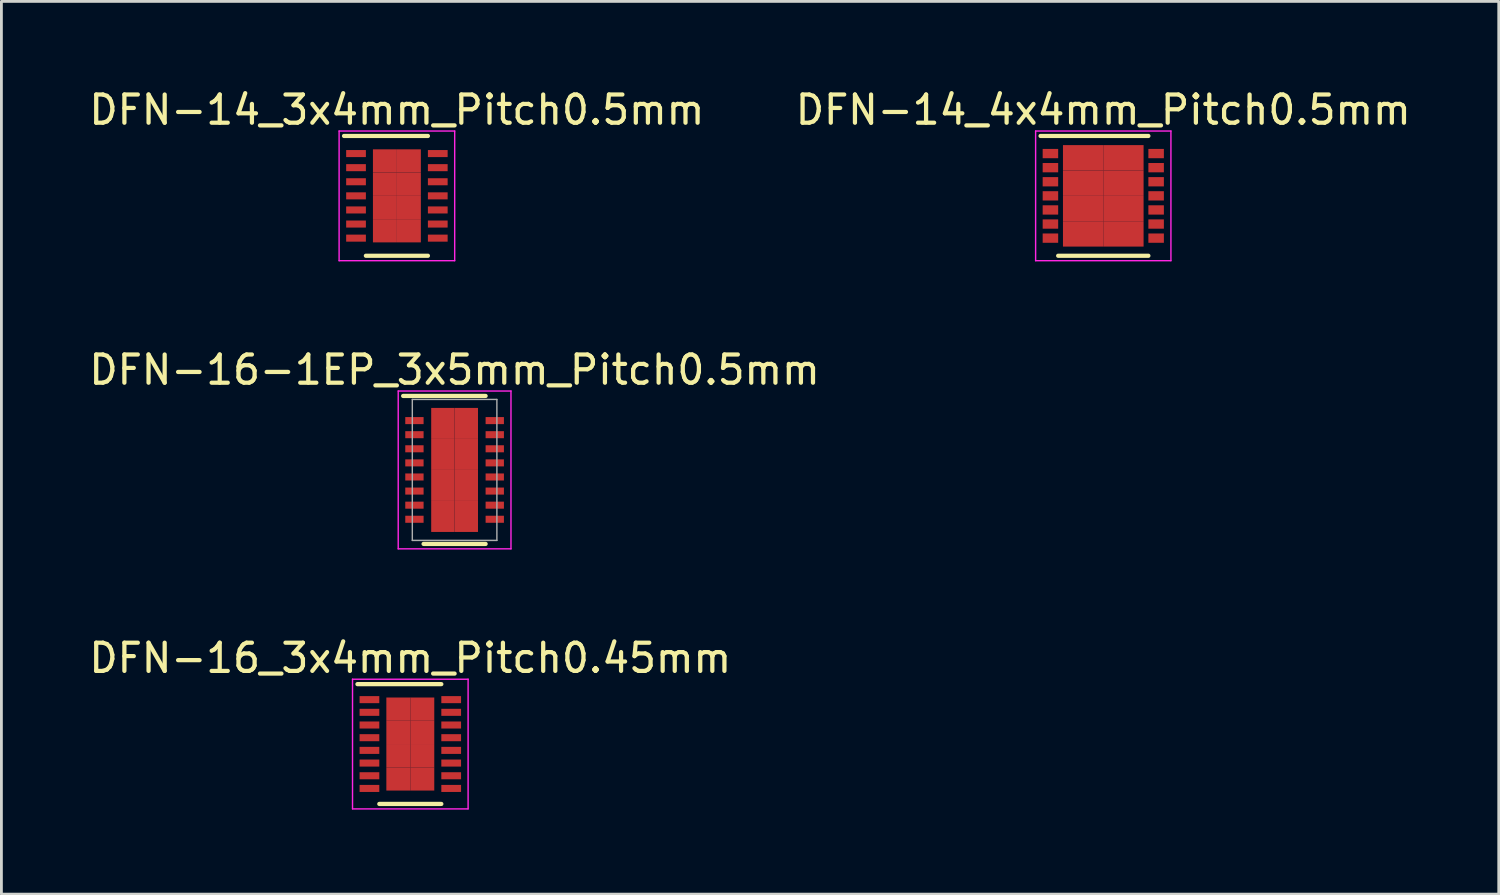
<source format=kicad_pcb>
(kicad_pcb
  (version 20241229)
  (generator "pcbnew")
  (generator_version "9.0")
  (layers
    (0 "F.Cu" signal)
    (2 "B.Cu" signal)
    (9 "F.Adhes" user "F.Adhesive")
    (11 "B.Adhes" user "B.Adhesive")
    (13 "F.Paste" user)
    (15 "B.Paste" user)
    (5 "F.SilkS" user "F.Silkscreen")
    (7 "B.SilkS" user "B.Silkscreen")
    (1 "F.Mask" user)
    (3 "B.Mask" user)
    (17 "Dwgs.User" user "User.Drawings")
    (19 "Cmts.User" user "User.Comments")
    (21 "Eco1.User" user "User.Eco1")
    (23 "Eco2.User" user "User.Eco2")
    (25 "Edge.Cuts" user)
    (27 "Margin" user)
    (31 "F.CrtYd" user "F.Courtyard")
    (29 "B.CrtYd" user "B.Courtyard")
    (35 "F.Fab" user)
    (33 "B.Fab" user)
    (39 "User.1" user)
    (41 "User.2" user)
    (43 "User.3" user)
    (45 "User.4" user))
  (footprint "DFN-16-1EP_3x5mm_Pitch0.5mm"
    (layer "F.Cu")
    (at 13.077 13.621)
    (property "Reference" "DFN-16-1EP_3x5mm_Pitch0.5mm" (at 0 -3.55 0) (layer "F.SilkS") (effects (font (size 1 1) (thickness 0.15))))
    (attr smd)
    (fp_line (start -1.825 -2.625) (end 1.1 -2.625) (stroke (width 0.15) (type solid)) (layer "F.SilkS"))
    (fp_line (start -1.1 2.625) (end 1.1 2.625) (stroke (width 0.15) (type solid)) (layer "F.SilkS"))
    (fp_line (start -2 -2.8) (end -2 2.8) (stroke (width 0.05) (type solid)) (layer "F.CrtYd"))
    (fp_line (start -2 -2.8) (end 2 -2.8) (stroke (width 0.05) (type solid)) (layer "F.CrtYd"))
    (fp_line (start -2 2.8) (end 2 2.8) (stroke (width 0.05) (type solid)) (layer "F.CrtYd"))
    (fp_line (start 2 -2.8) (end 2 2.8) (stroke (width 0.05) (type solid)) (layer "F.CrtYd"))
    (fp_line (start -1.5 -2.5) (end 1.5 -2.5) (stroke (width 0.05) (type solid)) (layer "F.Fab"))
    (fp_line (start -1.5 2.5) (end -1.5 -2.5) (stroke (width 0.05) (type solid)) (layer "F.Fab"))
    (fp_line (start 1.5 -2.5) (end 1.5 2.5) (stroke (width 0.05) (type solid)) (layer "F.Fab"))
    (fp_line (start 1.5 2.5) (end -1.5 2.5) (stroke (width 0.05) (type solid)) (layer "F.Fab"))
    (pad "1" smd rect (at -1.425 -1.75) (size 0.65 0.25) (layers "F.Cu" "F.Mask" "F.Paste"))
    (pad "2" smd rect (at -1.425 -1.25) (size 0.65 0.25) (layers "F.Cu" "F.Mask" "F.Paste"))
    (pad "3" smd rect (at -1.425 -0.75) (size 0.65 0.25) (layers "F.Cu" "F.Mask" "F.Paste"))
    (pad "4" smd rect (at -1.425 -0.25) (size 0.65 0.25) (layers "F.Cu" "F.Mask" "F.Paste"))
    (pad "5" smd rect (at -1.425 0.25) (size 0.65 0.25) (layers "F.Cu" "F.Mask" "F.Paste"))
    (pad "6" smd rect (at -1.425 0.75) (size 0.65 0.25) (layers "F.Cu" "F.Mask" "F.Paste"))
    (pad "7" smd rect (at -1.425 1.25) (size 0.65 0.25) (layers "F.Cu" "F.Mask" "F.Paste"))
    (pad "8" smd rect (at -1.425 1.75) (size 0.65 0.25) (layers "F.Cu" "F.Mask" "F.Paste"))
    (pad "9" smd rect (at 1.425 1.75) (size 0.65 0.25) (layers "F.Cu" "F.Mask" "F.Paste"))
    (pad "10" smd rect (at 1.425 1.25) (size 0.65 0.25) (layers "F.Cu" "F.Mask" "F.Paste"))
    (pad "11" smd rect (at 1.425 0.75) (size 0.65 0.25) (layers "F.Cu" "F.Mask" "F.Paste"))
    (pad "12" smd rect (at 1.425 0.25) (size 0.65 0.25) (layers "F.Cu" "F.Mask" "F.Paste"))
    (pad "13" smd rect (at 1.425 -0.25) (size 0.65 0.25) (layers "F.Cu" "F.Mask" "F.Paste"))
    (pad "14" smd rect (at 1.425 -0.75) (size 0.65 0.25) (layers "F.Cu" "F.Mask" "F.Paste"))
    (pad "15" smd rect (at 1.425 -1.25) (size 0.65 0.25) (layers "F.Cu" "F.Mask" "F.Paste"))
    (pad "16" smd rect (at 1.425 -1.75) (size 0.65 0.25) (layers "F.Cu" "F.Mask" "F.Paste"))
    (pad "17" smd rect (at -0.415 -1.65) (size 0.83 1.1) (layers "F.Cu" "F.Mask" "F.Paste"))
    (pad "17" smd rect (at -0.415 -0.55) (size 0.83 1.1) (layers "F.Cu" "F.Mask" "F.Paste"))
    (pad "17" smd rect (at -0.415 0.55) (size 0.83 1.1) (layers "F.Cu" "F.Mask" "F.Paste"))
    (pad "17" smd rect (at -0.415 1.65) (size 0.83 1.1) (layers "F.Cu" "F.Mask" "F.Paste"))
    (pad "17" smd rect (at 0.415 -1.65) (size 0.83 1.1) (layers "F.Cu" "F.Mask" "F.Paste"))
    (pad "17" smd rect (at 0.415 -0.55) (size 0.83 1.1) (layers "F.Cu" "F.Mask" "F.Paste"))
    (pad "17" smd rect (at 0.415 0.55) (size 0.83 1.1) (layers "F.Cu" "F.Mask" "F.Paste"))
    (pad "17" smd rect (at 0.415 1.65) (size 0.83 1.1) (layers "F.Cu" "F.Mask" "F.Paste")))
  (footprint "DFN-14_3x4mm_Pitch0.5mm"
    (layer "F.Cu")
    (at 11.03 3.898)
    (property "Reference" "DFN-14_3x4mm_Pitch0.5mm" (at 0 -3.05 0) (layer "F.SilkS") (effects (font (size 1 1) (thickness 0.15))))
    (attr smd)
    (fp_line (start -1.875 -2.125) (end 1.1 -2.125) (stroke (width 0.15) (type solid)) (layer "F.SilkS"))
    (fp_line (start -1.1 2.125) (end 1.1 2.125) (stroke (width 0.15) (type solid)) (layer "F.SilkS"))
    (fp_line (start -2.05 -2.3) (end -2.05 2.3) (stroke (width 0.05) (type solid)) (layer "F.CrtYd"))
    (fp_line (start -2.05 -2.3) (end 2.05 -2.3) (stroke (width 0.05) (type solid)) (layer "F.CrtYd"))
    (fp_line (start -2.05 2.3) (end 2.05 2.3) (stroke (width 0.05) (type solid)) (layer "F.CrtYd"))
    (fp_line (start 2.05 -2.3) (end 2.05 2.3) (stroke (width 0.05) (type solid)) (layer "F.CrtYd"))
    (pad "1" smd rect (at -1.45 -1.5) (size 0.7 0.25) (layers "F.Cu" "F.Mask" "F.Paste"))
    (pad "2" smd rect (at -1.45 -1) (size 0.7 0.25) (layers "F.Cu" "F.Mask" "F.Paste"))
    (pad "3" smd rect (at -1.45 -0.5) (size 0.7 0.25) (layers "F.Cu" "F.Mask" "F.Paste"))
    (pad "4" smd rect (at -1.45 0) (size 0.7 0.25) (layers "F.Cu" "F.Mask" "F.Paste"))
    (pad "5" smd rect (at -1.45 0.5) (size 0.7 0.25) (layers "F.Cu" "F.Mask" "F.Paste"))
    (pad "6" smd rect (at -1.45 1) (size 0.7 0.25) (layers "F.Cu" "F.Mask" "F.Paste"))
    (pad "7" smd rect (at -1.45 1.5) (size 0.7 0.25) (layers "F.Cu" "F.Mask" "F.Paste"))
    (pad "8" smd rect (at 1.45 1.5) (size 0.7 0.25) (layers "F.Cu" "F.Mask" "F.Paste"))
    (pad "9" smd rect (at 1.45 1) (size 0.7 0.25) (layers "F.Cu" "F.Mask" "F.Paste"))
    (pad "10" smd rect (at 1.45 0.5) (size 0.7 0.25) (layers "F.Cu" "F.Mask" "F.Paste"))
    (pad "11" smd rect (at 1.45 0) (size 0.7 0.25) (layers "F.Cu" "F.Mask" "F.Paste"))
    (pad "12" smd rect (at 1.45 -0.5) (size 0.7 0.25) (layers "F.Cu" "F.Mask" "F.Paste"))
    (pad "13" smd rect (at 1.45 -1) (size 0.7 0.25) (layers "F.Cu" "F.Mask" "F.Paste"))
    (pad "14" smd rect (at 1.45 -1.5) (size 0.7 0.25) (layers "F.Cu" "F.Mask" "F.Paste"))
    (pad "15" smd rect (at -0.425 -1.238) (size 0.85 0.825) (layers "F.Cu" "F.Mask" "F.Paste"))
    (pad "15" smd rect (at -0.425 -0.412) (size 0.85 0.825) (layers "F.Cu" "F.Mask" "F.Paste"))
    (pad "15" smd rect (at -0.425 0.412) (size 0.85 0.825) (layers "F.Cu" "F.Mask" "F.Paste"))
    (pad "15" smd rect (at -0.425 1.238) (size 0.85 0.825) (layers "F.Cu" "F.Mask" "F.Paste"))
    (pad "15" smd rect (at 0.425 -1.238) (size 0.85 0.825) (layers "F.Cu" "F.Mask" "F.Paste"))
    (pad "15" smd rect (at 0.425 -0.412) (size 0.85 0.825) (layers "F.Cu" "F.Mask" "F.Paste"))
    (pad "15" smd rect (at 0.425 0.412) (size 0.85 0.825) (layers "F.Cu" "F.Mask" "F.Paste"))
    (pad "15" smd rect (at 0.425 1.238) (size 0.85 0.825) (layers "F.Cu" "F.Mask" "F.Paste")))
  (footprint "DFN-16_3x4mm_Pitch0.45mm"
    (layer "F.Cu")
    (at 11.506 23.345)
    (property "Reference" "DFN-16_3x4mm_Pitch0.45mm" (at 0 -3.05 0) (layer "F.SilkS") (effects (font (size 1 1) (thickness 0.15))))
    (attr smd)
    (fp_line (start -1.875 -2.125) (end 1.1 -2.125) (stroke (width 0.15) (type solid)) (layer "F.SilkS"))
    (fp_line (start -1.1 2.125) (end 1.1 2.125) (stroke (width 0.15) (type solid)) (layer "F.SilkS"))
    (fp_line (start -2.05 -2.3) (end -2.05 2.3) (stroke (width 0.05) (type solid)) (layer "F.CrtYd"))
    (fp_line (start -2.05 -2.3) (end 2.05 -2.3) (stroke (width 0.05) (type solid)) (layer "F.CrtYd"))
    (fp_line (start -2.05 2.3) (end 2.05 2.3) (stroke (width 0.05) (type solid)) (layer "F.CrtYd"))
    (fp_line (start 2.05 -2.3) (end 2.05 2.3) (stroke (width 0.05) (type solid)) (layer "F.CrtYd"))
    (pad "1" smd rect (at -1.45 -1.575) (size 0.7 0.25) (layers "F.Cu" "F.Mask" "F.Paste"))
    (pad "2" smd rect (at -1.45 -1.125) (size 0.7 0.25) (layers "F.Cu" "F.Mask" "F.Paste"))
    (pad "3" smd rect (at -1.45 -0.675) (size 0.7 0.25) (layers "F.Cu" "F.Mask" "F.Paste"))
    (pad "4" smd rect (at -1.45 -0.225) (size 0.7 0.25) (layers "F.Cu" "F.Mask" "F.Paste"))
    (pad "5" smd rect (at -1.45 0.225) (size 0.7 0.25) (layers "F.Cu" "F.Mask" "F.Paste"))
    (pad "6" smd rect (at -1.45 0.675) (size 0.7 0.25) (layers "F.Cu" "F.Mask" "F.Paste"))
    (pad "7" smd rect (at -1.45 1.125) (size 0.7 0.25) (layers "F.Cu" "F.Mask" "F.Paste"))
    (pad "8" smd rect (at -1.45 1.575) (size 0.7 0.25) (layers "F.Cu" "F.Mask" "F.Paste"))
    (pad "9" smd rect (at 1.45 1.575) (size 0.7 0.25) (layers "F.Cu" "F.Mask" "F.Paste"))
    (pad "10" smd rect (at 1.45 1.125) (size 0.7 0.25) (layers "F.Cu" "F.Mask" "F.Paste"))
    (pad "11" smd rect (at 1.45 0.675) (size 0.7 0.25) (layers "F.Cu" "F.Mask" "F.Paste"))
    (pad "12" smd rect (at 1.45 0.225) (size 0.7 0.25) (layers "F.Cu" "F.Mask" "F.Paste"))
    (pad "13" smd rect (at 1.45 -0.225) (size 0.7 0.25) (layers "F.Cu" "F.Mask" "F.Paste"))
    (pad "14" smd rect (at 1.45 -0.675) (size 0.7 0.25) (layers "F.Cu" "F.Mask" "F.Paste"))
    (pad "15" smd rect (at 1.45 -1.125) (size 0.7 0.25) (layers "F.Cu" "F.Mask" "F.Paste"))
    (pad "16" smd rect (at 1.45 -1.575) (size 0.7 0.25) (layers "F.Cu" "F.Mask" "F.Paste"))
    (pad "17" smd rect (at -0.425 -1.238) (size 0.85 0.825) (layers "F.Cu" "F.Mask" "F.Paste"))
    (pad "17" smd rect (at -0.425 -0.412) (size 0.85 0.825) (layers "F.Cu" "F.Mask" "F.Paste"))
    (pad "17" smd rect (at -0.425 0.412) (size 0.85 0.825) (layers "F.Cu" "F.Mask" "F.Paste"))
    (pad "17" smd rect (at -0.425 1.238) (size 0.85 0.825) (layers "F.Cu" "F.Mask" "F.Paste"))
    (pad "17" smd rect (at 0.425 -1.238) (size 0.85 0.825) (layers "F.Cu" "F.Mask" "F.Paste"))
    (pad "17" smd rect (at 0.425 -0.412) (size 0.85 0.825) (layers "F.Cu" "F.Mask" "F.Paste"))
    (pad "17" smd rect (at 0.425 0.412) (size 0.85 0.825) (layers "F.Cu" "F.Mask" "F.Paste"))
    (pad "17" smd rect (at 0.425 1.238) (size 0.85 0.825) (layers "F.Cu" "F.Mask" "F.Paste")))
  (footprint "DFN-14_4x4mm_Pitch0.5mm"
    (layer "F.Cu")
    (at 36.089 3.898)
    (property "Reference" "DFN-14_4x4mm_Pitch0.5mm" (at 0 -3.05 0) (layer "F.SilkS") (effects (font (size 1 1) (thickness 0.15))))
    (attr smd)
    (fp_line (start -2.225 -2.125) (end 1.6 -2.125) (stroke (width 0.15) (type solid)) (layer "F.SilkS"))
    (fp_line (start -1.6 2.125) (end 1.6 2.125) (stroke (width 0.15) (type solid)) (layer "F.SilkS"))
    (fp_line (start -2.4 -2.3) (end -2.4 2.3) (stroke (width 0.05) (type solid)) (layer "F.CrtYd"))
    (fp_line (start -2.4 -2.3) (end 2.4 -2.3) (stroke (width 0.05) (type solid)) (layer "F.CrtYd"))
    (fp_line (start -2.4 2.3) (end 2.4 2.3) (stroke (width 0.05) (type solid)) (layer "F.CrtYd"))
    (fp_line (start 2.4 -2.3) (end 2.4 2.3) (stroke (width 0.05) (type solid)) (layer "F.CrtYd"))
    (pad "1" smd rect (at -1.875 -1.5) (size 0.55 0.33) (layers "F.Cu" "F.Mask" "F.Paste"))
    (pad "2" smd rect (at -1.875 -1) (size 0.55 0.33) (layers "F.Cu" "F.Mask" "F.Paste"))
    (pad "3" smd rect (at -1.875 -0.5) (size 0.55 0.33) (layers "F.Cu" "F.Mask" "F.Paste"))
    (pad "4" smd rect (at -1.875 0) (size 0.55 0.33) (layers "F.Cu" "F.Mask" "F.Paste"))
    (pad "5" smd rect (at -1.875 0.5) (size 0.55 0.33) (layers "F.Cu" "F.Mask" "F.Paste"))
    (pad "6" smd rect (at -1.875 1) (size 0.55 0.33) (layers "F.Cu" "F.Mask" "F.Paste"))
    (pad "7" smd rect (at -1.875 1.5) (size 0.55 0.33) (layers "F.Cu" "F.Mask" "F.Paste"))
    (pad "8" smd rect (at 1.875 1.5) (size 0.55 0.33) (layers "F.Cu" "F.Mask" "F.Paste"))
    (pad "9" smd rect (at 1.875 1) (size 0.55 0.33) (layers "F.Cu" "F.Mask" "F.Paste"))
    (pad "10" smd rect (at 1.875 0.5) (size 0.55 0.33) (layers "F.Cu" "F.Mask" "F.Paste"))
    (pad "11" smd rect (at 1.875 0) (size 0.55 0.33) (layers "F.Cu" "F.Mask" "F.Paste"))
    (pad "12" smd rect (at 1.875 -0.5) (size 0.55 0.33) (layers "F.Cu" "F.Mask" "F.Paste"))
    (pad "13" smd rect (at 1.875 -1) (size 0.55 0.33) (layers "F.Cu" "F.Mask" "F.Paste"))
    (pad "14" smd rect (at 1.875 -1.5) (size 0.55 0.33) (layers "F.Cu" "F.Mask" "F.Paste"))
    (pad "15" smd rect (at -0.715 -1.35) (size 1.43 0.9) (layers "F.Cu" "F.Mask" "F.Paste"))
    (pad "15" smd rect (at -0.715 -0.45) (size 1.43 0.9) (layers "F.Cu" "F.Mask" "F.Paste"))
    (pad "15" smd rect (at -0.715 0.45) (size 1.43 0.9) (layers "F.Cu" "F.Mask" "F.Paste"))
    (pad "15" smd rect (at -0.715 1.35) (size 1.43 0.9) (layers "F.Cu" "F.Mask" "F.Paste"))
    (pad "15" smd rect (at 0.715 -1.35) (size 1.43 0.9) (layers "F.Cu" "F.Mask" "F.Paste"))
    (pad "15" smd rect (at 0.715 -0.45) (size 1.43 0.9) (layers "F.Cu" "F.Mask" "F.Paste"))
    (pad "15" smd rect (at 0.715 0.45) (size 1.43 0.9) (layers "F.Cu" "F.Mask" "F.Paste"))
    (pad "15" smd rect (at 0.715 1.35) (size 1.43 0.9) (layers "F.Cu" "F.Mask" "F.Paste")))
  (gr_rect
    (start -3 -3)
    (end 50.119 28.67)
    (stroke (width 0.1) (type default))
    (fill no)
    (layer "Edge.Cuts")))
</source>
